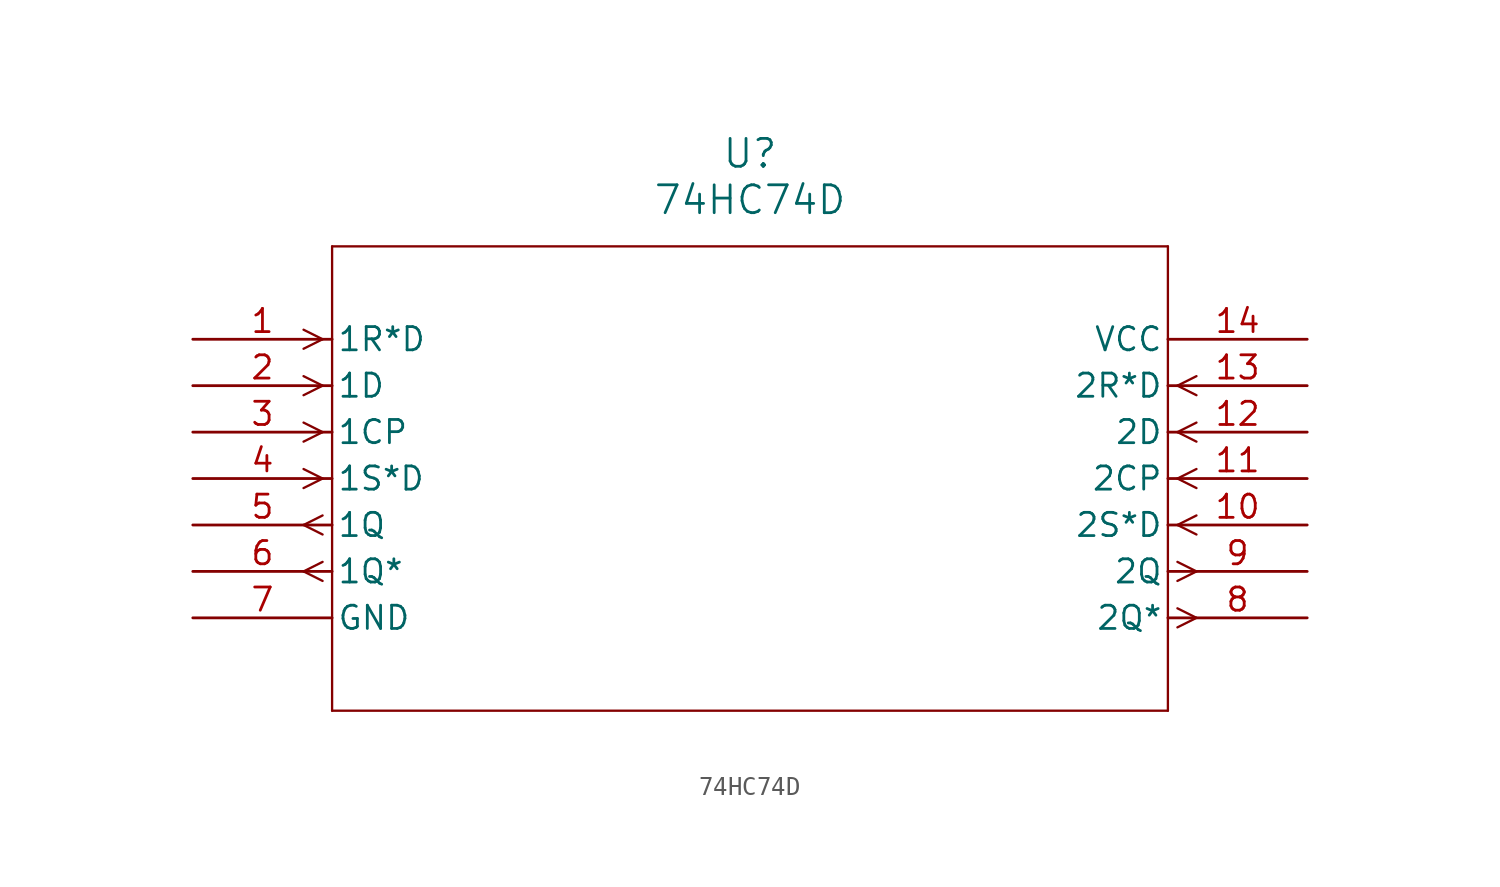
<source format=kicad_sym>
(kicad_symbol_lib
  (version 20211014)
  (generator kicad_symbol_editor)
  (symbol "74HC74D"
    (pin_names
      (offset 0.254))
    (property "Reference" "U"
      (at 30.48 10.16 0)
      (effects (font (size 1.524 1.524))))
    (property "Value" "74HC74D"
      (at 30.48 7.62 0)
      (effects (font (size 1.524 1.524))))
    (symbol "74HC74D_0_1"
      (polyline (pts (xy 7.099 0) (xy 6.058 0.521)) (stroke (width 0.127) (type default) (color 0 0 0 0)) (fill (type none)))
      (polyline (pts (xy 7.099 0) (xy 6.058 -0.521)) (stroke (width 0.127) (type default) (color 0 0 0 0)) (fill (type none)))
      (polyline (pts (xy 7.099 -2.54) (xy 6.058 -2.019)) (stroke (width 0.127) (type default) (color 0 0 0 0)) (fill (type none)))
      (polyline (pts (xy 7.099 -2.54) (xy 6.058 -3.061)) (stroke (width 0.127) (type default) (color 0 0 0 0)) (fill (type none)))
      (polyline (pts (xy 7.099 -5.08) (xy 6.058 -4.559)) (stroke (width 0.127) (type default) (color 0 0 0 0)) (fill (type none)))
      (polyline (pts (xy 7.099 -5.08) (xy 6.058 -5.601)) (stroke (width 0.127) (type default) (color 0 0 0 0)) (fill (type none)))
      (polyline (pts (xy 7.099 -7.62) (xy 6.058 -7.099)) (stroke (width 0.127) (type default) (color 0 0 0 0)) (fill (type none)))
      (polyline (pts (xy 7.099 -7.62) (xy 6.058 -8.141)) (stroke (width 0.127) (type default) (color 0 0 0 0)) (fill (type none)))
      (polyline (pts (xy 7.099 -9.639) (xy 6.058 -10.16)) (stroke (width 0.127) (type default) (color 0 0 0 0)) (fill (type none)))
      (polyline (pts (xy 7.099 -10.681) (xy 6.058 -10.16)) (stroke (width 0.127) (type default) (color 0 0 0 0)) (fill (type none)))
      (polyline (pts (xy 7.099 -12.179) (xy 6.058 -12.7)) (stroke (width 0.127) (type default) (color 0 0 0 0)) (fill (type none)))
      (polyline (pts (xy 7.099 -13.221) (xy 6.058 -12.7)) (stroke (width 0.127) (type default) (color 0 0 0 0)) (fill (type none)))
      (polyline (pts (xy 53.861 -14.719) (xy 54.902 -15.24)) (stroke (width 0.127) (type default) (color 0 0 0 0)) (fill (type none)))
      (polyline (pts (xy 53.861 -15.761) (xy 54.902 -15.24)) (stroke (width 0.127) (type default) (color 0 0 0 0)) (fill (type none)))
      (polyline (pts (xy 53.861 -12.179) (xy 54.902 -12.7)) (stroke (width 0.127) (type default) (color 0 0 0 0)) (fill (type none)))
      (polyline (pts (xy 53.861 -13.221) (xy 54.902 -12.7)) (stroke (width 0.127) (type default) (color 0 0 0 0)) (fill (type none)))
      (polyline (pts (xy 53.861 -10.16) (xy 54.902 -9.639)) (stroke (width 0.127) (type default) (color 0 0 0 0)) (fill (type none)))
      (polyline (pts (xy 53.861 -10.16) (xy 54.902 -10.681)) (stroke (width 0.127) (type default) (color 0 0 0 0)) (fill (type none)))
      (polyline (pts (xy 53.861 -7.62) (xy 54.902 -7.099)) (stroke (width 0.127) (type default) (color 0 0 0 0)) (fill (type none)))
      (polyline (pts (xy 53.861 -7.62) (xy 54.902 -8.141)) (stroke (width 0.127) (type default) (color 0 0 0 0)) (fill (type none)))
      (polyline (pts (xy 53.861 -5.08) (xy 54.902 -4.559)) (stroke (width 0.127) (type default) (color 0 0 0 0)) (fill (type none)))
      (polyline (pts (xy 53.861 -5.08) (xy 54.902 -5.601)) (stroke (width 0.127) (type default) (color 0 0 0 0)) (fill (type none)))
      (polyline (pts (xy 53.861 -2.54) (xy 54.902 -2.019)) (stroke (width 0.127) (type default) (color 0 0 0 0)) (fill (type none)))
      (polyline (pts (xy 53.861 -2.54) (xy 54.902 -3.061)) (stroke (width 0.127) (type default) (color 0 0 0 0)) (fill (type none)))
      (polyline (pts (xy 7.62 5.08) (xy 7.62 -20.32)) (stroke (width 0.127) (type default) (color 0 0 0 0)) (fill (type none)))
      (polyline (pts (xy 7.62 -20.32) (xy 53.34 -20.32)) (stroke (width 0.127) (type default) (color 0 0 0 0)) (fill (type none)))
      (polyline (pts (xy 53.34 -20.32) (xy 53.34 5.08)) (stroke (width 0.127) (type default) (color 0 0 0 0)) (fill (type none)))
      (polyline (pts (xy 53.34 5.08) (xy 7.62 5.08)) (stroke (width 0.127) (type default) (color 0 0 0 0)) (fill (type none)))
      (pin input line (at 0 0 0) (length 7.62) (name "1R*D" (effects (font (size 1.27 1.27)))) (number "1" (effects (font (size 1.27 1.27)))))
      (pin input line (at 0 -2.54 0) (length 7.62) (name "1D" (effects (font (size 1.27 1.27)))) (number "2" (effects (font (size 1.27 1.27)))))
      (pin input line (at 0 -5.08 0) (length 7.62) (name "1CP" (effects (font (size 1.27 1.27)))) (number "3" (effects (font (size 1.27 1.27)))))
      (pin input line (at 0 -7.62 0) (length 7.62) (name "1S*D" (effects (font (size 1.27 1.27)))) (number "4" (effects (font (size 1.27 1.27)))))
      (pin output line (at 0 -10.16 0) (length 7.62) (name "1Q" (effects (font (size 1.27 1.27)))) (number "5" (effects (font (size 1.27 1.27)))))
      (pin output line (at 0 -12.7 0) (length 7.62) (name "1Q*" (effects (font (size 1.27 1.27)))) (number "6" (effects (font (size 1.27 1.27)))))
      (pin power_in line (at 0 -15.24 0) (length 7.62) (name "GND" (effects (font (size 1.27 1.27)))) (number "7" (effects (font (size 1.27 1.27)))))
      (pin output line (at 60.96 -15.24 180) (length 7.62) (name "2Q*" (effects (font (size 1.27 1.27)))) (number "8" (effects (font (size 1.27 1.27)))))
      (pin output line (at 60.96 -12.7 180) (length 7.62) (name "2Q" (effects (font (size 1.27 1.27)))) (number "9" (effects (font (size 1.27 1.27)))))
      (pin input line (at 60.96 -10.16 180) (length 7.62) (name "2S*D" (effects (font (size 1.27 1.27)))) (number "10" (effects (font (size 1.27 1.27)))))
      (pin input line (at 60.96 -7.62 180) (length 7.62) (name "2CP" (effects (font (size 1.27 1.27)))) (number "11" (effects (font (size 1.27 1.27)))))
      (pin input line (at 60.96 -5.08 180) (length 7.62) (name "2D" (effects (font (size 1.27 1.27)))) (number "12" (effects (font (size 1.27 1.27)))))
      (pin input line (at 60.96 -2.54 180) (length 7.62) (name "2R*D" (effects (font (size 1.27 1.27)))) (number "13" (effects (font (size 1.27 1.27)))))
      (pin power_in line (at 60.96 0 180) (length 7.62) (name "VCC" (effects (font (size 1.27 1.27)))) (number "14" (effects (font (size 1.27 1.27))))))))
</source>
